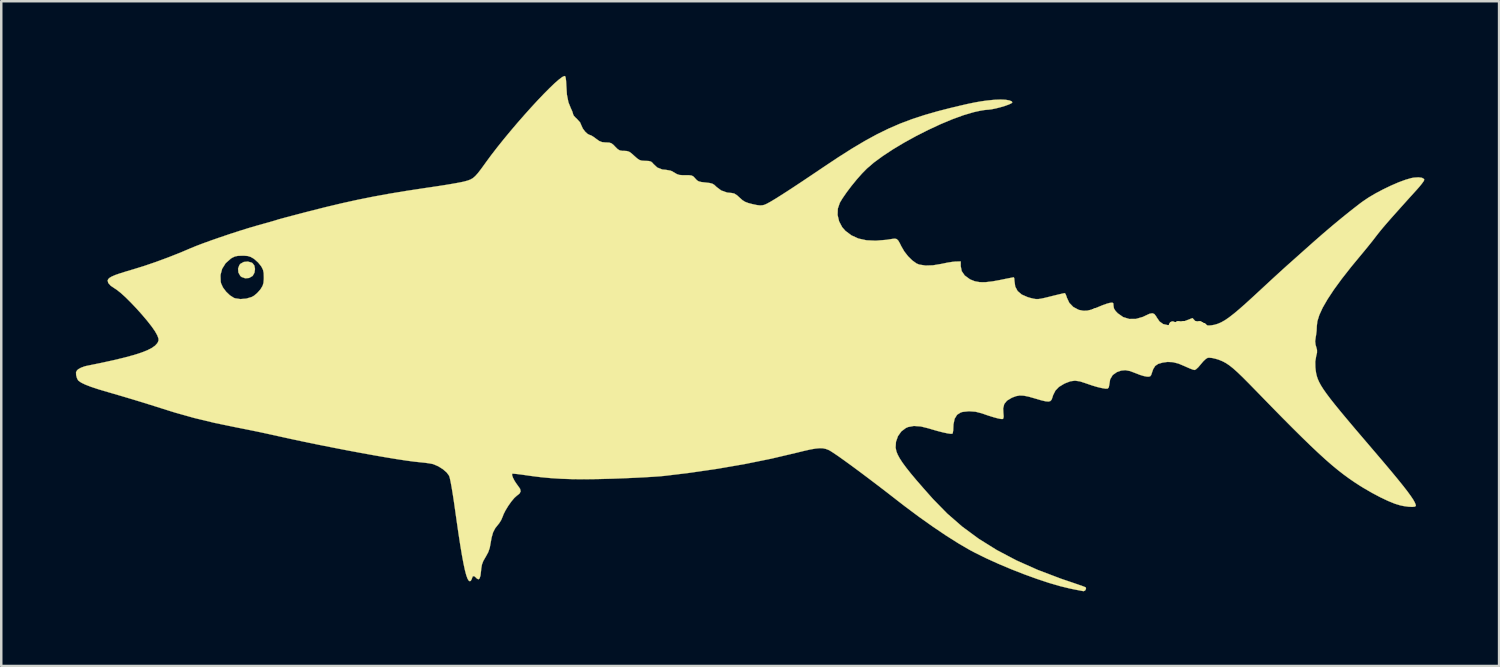
<source format=kicad_pcb>
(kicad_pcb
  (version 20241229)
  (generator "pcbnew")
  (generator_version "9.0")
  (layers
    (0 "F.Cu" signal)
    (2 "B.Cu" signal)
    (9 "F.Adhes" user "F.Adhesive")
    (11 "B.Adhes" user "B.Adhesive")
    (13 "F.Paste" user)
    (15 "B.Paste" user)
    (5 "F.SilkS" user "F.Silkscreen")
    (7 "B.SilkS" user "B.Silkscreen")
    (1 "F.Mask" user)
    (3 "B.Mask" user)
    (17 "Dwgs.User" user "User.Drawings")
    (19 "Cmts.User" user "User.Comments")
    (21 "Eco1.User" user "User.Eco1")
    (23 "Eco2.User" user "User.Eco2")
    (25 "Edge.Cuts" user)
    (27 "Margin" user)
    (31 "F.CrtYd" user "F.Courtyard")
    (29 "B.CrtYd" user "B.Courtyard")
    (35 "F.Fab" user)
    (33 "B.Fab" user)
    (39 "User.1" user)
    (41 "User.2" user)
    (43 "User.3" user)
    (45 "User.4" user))
  (footprint "tuna_fish_back1_L_54.2x27.1mm"
    (layer "F.Cu")
    (at 27.088 10.336)
    (property "Reference" "tuna_fish_back1_L_54.2x27.1mm" (at 0 0 0) (layer "F.SilkS") (effects (font (size 1.524 1.524) (thickness 0.3))))
    (attr through_hole)
    (fp_poly (pts (xy -20.026 -2.834) (xy -19.991 -2.813) (xy -19.917 -2.715) (xy -19.891 -2.578) (xy -19.912 -2.432) (xy -19.979 -2.309) (xy -19.995 -2.293) (xy -20.131 -2.216) (xy -20.286 -2.204) (xy -20.43 -2.255) (xy -20.482 -2.299) (xy -20.559 -2.436) (xy -20.572 -2.591) (xy -20.52 -2.734) (xy -20.476 -2.787) (xy -20.342 -2.86) (xy -20.18 -2.876) (xy -20.026 -2.834)) (stroke (width 0.01) (type solid)) (fill yes) (layer "F.SilkS"))
    (fp_poly (pts (xy -7.43 -10.325) (xy -7.409 -10.265) (xy -7.392 -10.143) (xy -7.383 -9.986) (xy -7.382 -9.956) (xy -7.358 -9.582) (xy -7.297 -9.276) (xy -7.202 -9.04) (xy -7.147 -8.921) (xy -7.115 -8.825) (xy -7.112 -8.801) (xy -7.08 -8.734) (xy -7.001 -8.649) (xy -6.965 -8.619) (xy -6.827 -8.466) (xy -6.774 -8.342) (xy -6.718 -8.22) (xy -6.628 -8.099) (xy -6.526 -8.005) (xy -6.433 -7.959) (xy -6.421 -7.958) (xy -6.362 -7.933) (xy -6.264 -7.87) (xy -6.185 -7.81) (xy -6.057 -7.719) (xy -5.945 -7.675) (xy -5.808 -7.662) (xy -5.787 -7.662) (xy -5.656 -7.656) (xy -5.565 -7.626) (xy -5.477 -7.555) (xy -5.419 -7.493) (xy -5.317 -7.392) (xy -5.231 -7.342) (xy -5.126 -7.325) (xy -5.064 -7.324) (xy -4.949 -7.317) (xy -4.859 -7.29) (xy -4.766 -7.226) (xy -4.652 -7.124) (xy -4.532 -7.018) (xy -4.442 -6.958) (xy -4.351 -6.931) (xy -4.228 -6.923) (xy -4.205 -6.923) (xy -4.063 -6.916) (xy -3.976 -6.891) (xy -3.913 -6.838) (xy -3.886 -6.803) (xy -3.728 -6.655) (xy -3.524 -6.575) (xy -3.38 -6.562) (xy -3.183 -6.527) (xy -3.041 -6.451) (xy -2.937 -6.389) (xy -2.833 -6.356) (xy -2.696 -6.345) (xy -2.597 -6.345) (xy -2.443 -6.345) (xy -2.346 -6.332) (xy -2.279 -6.298) (xy -2.216 -6.233) (xy -2.2 -6.214) (xy -2.131 -6.141) (xy -2.058 -6.097) (xy -1.953 -6.071) (xy -1.791 -6.052) (xy -1.788 -6.052) (xy -1.624 -6.033) (xy -1.516 -6.006) (xy -1.435 -5.958) (xy -1.352 -5.88) (xy -1.347 -5.874) (xy -1.157 -5.732) (xy -0.92 -5.649) (xy -0.737 -5.631) (xy -0.634 -5.61) (xy -0.522 -5.539) (xy -0.42 -5.446) (xy -0.306 -5.344) (xy -0.198 -5.276) (xy -0.062 -5.225) (xy 0.093 -5.185) (xy 0.276 -5.146) (xy 0.406 -5.131) (xy 0.51 -5.139) (xy 0.58 -5.157) (xy 0.675 -5.199) (xy 0.83 -5.284) (xy 1.046 -5.414) (xy 1.324 -5.59) (xy 1.666 -5.811) (xy 2.073 -6.08) (xy 2.546 -6.397) (xy 2.953 -6.671) (xy 3.553 -7.07) (xy 4.101 -7.418) (xy 4.612 -7.722) (xy 5.095 -7.986) (xy 5.565 -8.216) (xy 6.033 -8.419) (xy 6.511 -8.599) (xy 7.011 -8.763) (xy 7.547 -8.917) (xy 8.038 -9.043) (xy 8.43 -9.137) (xy 8.756 -9.212) (xy 9.033 -9.269) (xy 9.278 -9.312) (xy 9.506 -9.344) (xy 9.733 -9.368) (xy 9.848 -9.378) (xy 10.073 -9.386) (xy 10.269 -9.377) (xy 10.422 -9.351) (xy 10.517 -9.312) (xy 10.541 -9.273) (xy 10.503 -9.235) (xy 10.4 -9.187) (xy 10.251 -9.133) (xy 10.074 -9.08) (xy 9.889 -9.032) (xy 9.714 -8.996) (xy 9.568 -8.977) (xy 9.522 -8.975) (xy 9.412 -8.964) (xy 9.248 -8.936) (xy 9.058 -8.895) (xy 8.97 -8.874) (xy 8.565 -8.754) (xy 8.12 -8.591) (xy 7.645 -8.392) (xy 7.157 -8.164) (xy 6.667 -7.916) (xy 6.191 -7.654) (xy 5.742 -7.385) (xy 5.334 -7.116) (xy 4.979 -6.856) (xy 4.699 -6.616) (xy 4.501 -6.415) (xy 4.287 -6.173) (xy 4.074 -5.912) (xy 3.877 -5.651) (xy 3.712 -5.411) (xy 3.609 -5.239) (xy 3.528 -5.002) (xy 3.519 -4.747) (xy 3.579 -4.493) (xy 3.702 -4.259) (xy 3.834 -4.108) (xy 4.078 -3.927) (xy 4.356 -3.801) (xy 4.678 -3.731) (xy 5.05 -3.714) (xy 5.479 -3.749) (xy 5.715 -3.786) (xy 5.819 -3.797) (xy 5.894 -3.78) (xy 5.957 -3.719) (xy 6.024 -3.602) (xy 6.076 -3.495) (xy 6.197 -3.286) (xy 6.351 -3.088) (xy 6.521 -2.921) (xy 6.688 -2.801) (xy 6.795 -2.756) (xy 7.05 -2.716) (xy 7.349 -2.725) (xy 7.703 -2.784) (xy 7.747 -2.794) (xy 7.937 -2.833) (xy 8.12 -2.862) (xy 8.262 -2.877) (xy 8.287 -2.878) (xy 8.467 -2.879) (xy 8.467 -2.691) (xy 8.507 -2.49) (xy 8.627 -2.317) (xy 8.826 -2.171) (xy 8.861 -2.152) (xy 9.035 -2.083) (xy 9.232 -2.048) (xy 9.464 -2.047) (xy 9.748 -2.08) (xy 10.038 -2.133) (xy 10.24 -2.175) (xy 10.412 -2.209) (xy 10.536 -2.233) (xy 10.596 -2.243) (xy 10.599 -2.244) (xy 10.616 -2.206) (xy 10.625 -2.115) (xy 10.626 -2.094) (xy 10.657 -1.87) (xy 10.754 -1.69) (xy 10.92 -1.549) (xy 11.16 -1.445) (xy 11.278 -1.411) (xy 11.393 -1.384) (xy 11.486 -1.369) (xy 11.577 -1.368) (xy 11.685 -1.383) (xy 11.832 -1.414) (xy 12.037 -1.464) (xy 12.083 -1.476) (xy 12.285 -1.526) (xy 12.457 -1.567) (xy 12.582 -1.596) (xy 12.645 -1.608) (xy 12.648 -1.609) (xy 12.678 -1.572) (xy 12.716 -1.478) (xy 12.732 -1.425) (xy 12.828 -1.219) (xy 12.99 -1.051) (xy 13.197 -0.941) (xy 13.233 -0.93) (xy 13.389 -0.9) (xy 13.543 -0.903) (xy 13.717 -0.943) (xy 13.934 -1.025) (xy 14.012 -1.058) (xy 14.18 -1.127) (xy 14.337 -1.182) (xy 14.453 -1.214) (xy 14.461 -1.215) (xy 14.558 -1.226) (xy 14.597 -1.199) (xy 14.605 -1.114) (xy 14.605 -1.1) (xy 14.623 -0.994) (xy 14.687 -0.891) (xy 14.774 -0.799) (xy 14.993 -0.645) (xy 15.24 -0.569) (xy 15.506 -0.571) (xy 15.786 -0.652) (xy 15.884 -0.699) (xy 16.049 -0.776) (xy 16.165 -0.799) (xy 16.248 -0.767) (xy 16.318 -0.677) (xy 16.34 -0.636) (xy 16.455 -0.469) (xy 16.601 -0.364) (xy 16.785 -0.322) (xy 17.013 -0.341) (xy 17.294 -0.419) (xy 17.41 -0.461) (xy 17.78 -0.605) (xy 17.881 -0.496) (xy 18.026 -0.393) (xy 18.222 -0.327) (xy 18.439 -0.306) (xy 18.538 -0.313) (xy 18.67 -0.337) (xy 18.799 -0.376) (xy 18.933 -0.434) (xy 19.079 -0.516) (xy 19.243 -0.628) (xy 19.433 -0.775) (xy 19.657 -0.962) (xy 19.92 -1.194) (xy 20.23 -1.477) (xy 20.532 -1.756) (xy 20.761 -1.968) (xy 20.99 -2.18) (xy 21.204 -2.376) (xy 21.389 -2.545) (xy 21.533 -2.675) (xy 21.577 -2.715) (xy 21.699 -2.823) (xy 21.87 -2.975) (xy 22.076 -3.159) (xy 22.304 -3.362) (xy 22.539 -3.571) (xy 22.635 -3.657) (xy 23.011 -3.986) (xy 23.404 -4.321) (xy 23.798 -4.647) (xy 24.173 -4.948) (xy 24.511 -5.21) (xy 24.611 -5.284) (xy 24.85 -5.446) (xy 25.132 -5.613) (xy 25.438 -5.775) (xy 25.752 -5.926) (xy 26.056 -6.058) (xy 26.335 -6.161) (xy 26.569 -6.229) (xy 26.672 -6.248) (xy 26.86 -6.26) (xy 27 -6.242) (xy 27.08 -6.196) (xy 27.093 -6.159) (xy 27.066 -6.102) (xy 26.993 -6.001) (xy 26.887 -5.871) (xy 26.808 -5.781) (xy 26.469 -5.407) (xy 26.183 -5.089) (xy 25.943 -4.821) (xy 25.743 -4.596) (xy 25.579 -4.408) (xy 25.443 -4.25) (xy 25.332 -4.116) (xy 25.24 -4.001) (xy 25.174 -3.916) (xy 25.034 -3.734) (xy 24.863 -3.52) (xy 24.69 -3.308) (xy 24.597 -3.196) (xy 24.154 -2.661) (xy 23.776 -2.179) (xy 23.46 -1.746) (xy 23.206 -1.361) (xy 23.011 -1.023) (xy 22.876 -0.728) (xy 22.797 -0.475) (xy 22.775 -0.283) (xy 22.767 -0.101) (xy 22.744 0.088) (xy 22.731 0.161) (xy 22.708 0.327) (xy 22.725 0.469) (xy 22.748 0.545) (xy 22.783 0.674) (xy 22.783 0.784) (xy 22.751 0.915) (xy 22.713 1.143) (xy 22.717 1.369) (xy 22.73 1.494) (xy 22.748 1.612) (xy 22.775 1.726) (xy 22.814 1.843) (xy 22.869 1.967) (xy 22.943 2.103) (xy 23.041 2.258) (xy 23.165 2.434) (xy 23.319 2.639) (xy 23.507 2.877) (xy 23.733 3.154) (xy 24 3.474) (xy 24.311 3.843) (xy 24.671 4.265) (xy 25.06 4.72) (xy 25.433 5.157) (xy 25.752 5.536) (xy 26.02 5.86) (xy 26.241 6.134) (xy 26.418 6.362) (xy 26.554 6.549) (xy 26.653 6.697) (xy 26.716 6.812) (xy 26.749 6.898) (xy 26.755 6.941) (xy 26.716 6.972) (xy 26.611 6.983) (xy 26.456 6.975) (xy 26.267 6.949) (xy 26.127 6.92) (xy 25.91 6.854) (xy 25.639 6.743) (xy 25.328 6.596) (xy 24.994 6.419) (xy 24.649 6.219) (xy 24.517 6.138) (xy 24.293 5.993) (xy 24.072 5.841) (xy 23.849 5.678) (xy 23.618 5.498) (xy 23.376 5.298) (xy 23.117 5.072) (xy 22.837 4.816) (xy 22.529 4.526) (xy 22.19 4.197) (xy 21.813 3.824) (xy 21.395 3.404) (xy 20.931 2.931) (xy 20.414 2.4) (xy 20.339 2.323) (xy 20.043 2.02) (xy 19.797 1.773) (xy 19.59 1.574) (xy 19.415 1.418) (xy 19.263 1.297) (xy 19.126 1.205) (xy 18.996 1.135) (xy 18.863 1.08) (xy 18.719 1.033) (xy 18.719 1.033) (xy 18.573 0.999) (xy 18.445 0.987) (xy 18.392 0.992) (xy 18.315 1.037) (xy 18.213 1.133) (xy 18.115 1.249) (xy 18.013 1.37) (xy 17.922 1.453) (xy 17.863 1.482) (xy 17.79 1.464) (xy 17.666 1.417) (xy 17.515 1.351) (xy 17.481 1.335) (xy 17.217 1.224) (xy 16.989 1.166) (xy 16.773 1.157) (xy 16.583 1.183) (xy 16.401 1.236) (xy 16.281 1.318) (xy 16.2 1.447) (xy 16.157 1.571) (xy 16.119 1.684) (xy 16.077 1.737) (xy 16.007 1.75) (xy 15.945 1.747) (xy 15.827 1.725) (xy 15.668 1.677) (xy 15.5 1.611) (xy 15.497 1.61) (xy 15.27 1.524) (xy 15.084 1.489) (xy 14.914 1.505) (xy 14.741 1.566) (xy 14.574 1.684) (xy 14.471 1.856) (xy 14.436 2.074) (xy 14.436 2.074) (xy 14.416 2.179) (xy 14.372 2.228) (xy 14.288 2.232) (xy 14.144 2.209) (xy 13.956 2.165) (xy 13.744 2.102) (xy 13.525 2.027) (xy 13.492 2.015) (xy 13.255 1.938) (xy 13.058 1.911) (xy 12.873 1.935) (xy 12.673 2.011) (xy 12.618 2.037) (xy 12.412 2.162) (xy 12.272 2.308) (xy 12.177 2.497) (xy 12.148 2.593) (xy 12.116 2.677) (xy 12.069 2.729) (xy 11.992 2.749) (xy 11.875 2.739) (xy 11.704 2.699) (xy 11.466 2.629) (xy 11.451 2.625) (xy 11.196 2.552) (xy 10.999 2.513) (xy 10.837 2.506) (xy 10.69 2.532) (xy 10.537 2.589) (xy 10.512 2.601) (xy 10.326 2.713) (xy 10.216 2.848) (xy 10.172 3.023) (xy 10.18 3.202) (xy 10.192 3.346) (xy 10.18 3.424) (xy 10.152 3.451) (xy 10.08 3.449) (xy 9.945 3.422) (xy 9.761 3.371) (xy 9.544 3.303) (xy 9.313 3.222) (xy 9.062 3.158) (xy 8.796 3.139) (xy 8.549 3.165) (xy 8.467 3.188) (xy 8.32 3.281) (xy 8.222 3.441) (xy 8.175 3.666) (xy 8.17 3.776) (xy 8.164 3.911) (xy 8.147 4.009) (xy 8.13 4.042) (xy 8.065 4.046) (xy 7.934 4.027) (xy 7.752 3.988) (xy 7.534 3.932) (xy 7.293 3.863) (xy 7.184 3.829) (xy 6.86 3.749) (xy 6.586 3.73) (xy 6.356 3.772) (xy 6.264 3.811) (xy 6.08 3.949) (xy 5.944 4.141) (xy 5.865 4.365) (xy 5.85 4.6) (xy 5.882 4.754) (xy 5.934 4.883) (xy 6.013 5.03) (xy 6.124 5.201) (xy 6.272 5.402) (xy 6.46 5.639) (xy 6.693 5.917) (xy 6.977 6.243) (xy 7.314 6.623) (xy 7.357 6.671) (xy 7.919 7.246) (xy 8.529 7.777) (xy 9.193 8.266) (xy 9.917 8.717) (xy 10.704 9.132) (xy 11.561 9.514) (xy 12.492 9.867) (xy 12.798 9.971) (xy 13.022 10.047) (xy 13.217 10.114) (xy 13.37 10.168) (xy 13.465 10.205) (xy 13.491 10.218) (xy 13.501 10.275) (xy 13.466 10.34) (xy 13.41 10.369) (xy 13.35 10.36) (xy 13.224 10.336) (xy 13.053 10.303) (xy 12.853 10.262) (xy 12.849 10.261) (xy 12.458 10.166) (xy 12.009 10.035) (xy 11.521 9.873) (xy 11.008 9.687) (xy 10.488 9.483) (xy 9.976 9.267) (xy 9.489 9.046) (xy 9.043 8.826) (xy 8.826 8.711) (xy 8.378 8.45) (xy 7.882 8.137) (xy 7.351 7.779) (xy 6.795 7.385) (xy 6.226 6.961) (xy 5.927 6.73) (xy 5.523 6.416) (xy 5.129 6.114) (xy 4.753 5.829) (xy 4.4 5.564) (xy 4.078 5.326) (xy 3.791 5.118) (xy 3.548 4.945) (xy 3.353 4.813) (xy 3.215 4.725) (xy 3.158 4.695) (xy 3.047 4.653) (xy 2.931 4.628) (xy 2.797 4.623) (xy 2.632 4.639) (xy 2.423 4.675) (xy 2.157 4.735) (xy 1.851 4.81) (xy 0.848 5.046) (xy -0.219 5.262) (xy -1.331 5.454) (xy -2.471 5.619) (xy -3.45 5.737) (xy -3.64 5.754) (xy -3.899 5.772) (xy -4.211 5.791) (xy -4.562 5.809) (xy -4.934 5.826) (xy -5.312 5.841) (xy -5.503 5.848) (xy -6.114 5.864) (xy -6.655 5.871) (xy -7.141 5.867) (xy -7.585 5.852) (xy -8.002 5.826) (xy -8.406 5.788) (xy -8.811 5.737) (xy -8.971 5.714) (xy -9.18 5.684) (xy -9.357 5.662) (xy -9.487 5.649) (xy -9.553 5.647) (xy -9.558 5.649) (xy -9.562 5.707) (xy -9.525 5.812) (xy -9.458 5.942) (xy -9.369 6.075) (xy -9.333 6.122) (xy -9.239 6.257) (xy -9.217 6.361) (xy -9.266 6.451) (xy -9.372 6.534) (xy -9.472 6.624) (xy -9.592 6.768) (xy -9.715 6.941) (xy -9.825 7.122) (xy -9.907 7.285) (xy -9.932 7.355) (xy -9.996 7.506) (xy -10.083 7.646) (xy -10.114 7.682) (xy -10.237 7.836) (xy -10.325 8.006) (xy -10.385 8.218) (xy -10.419 8.411) (xy -10.459 8.628) (xy -10.519 8.802) (xy -10.614 8.977) (xy -10.626 8.996) (xy -10.72 9.16) (xy -10.773 9.303) (xy -10.801 9.467) (xy -10.807 9.539) (xy -10.83 9.738) (xy -10.866 9.855) (xy -10.916 9.894) (xy -10.982 9.857) (xy -11.011 9.825) (xy -11.088 9.761) (xy -11.145 9.778) (xy -11.182 9.879) (xy -11.183 9.885) (xy -11.222 9.954) (xy -11.261 9.97) (xy -11.306 9.943) (xy -11.353 9.863) (xy -11.403 9.724) (xy -11.456 9.524) (xy -11.513 9.259) (xy -11.575 8.925) (xy -11.643 8.519) (xy -11.717 8.037) (xy -11.798 7.476) (xy -11.833 7.228) (xy -11.889 6.832) (xy -11.942 6.485) (xy -11.99 6.194) (xy -12.032 5.966) (xy -12.067 5.808) (xy -12.091 5.732) (xy -12.187 5.601) (xy -12.339 5.469) (xy -12.523 5.353) (xy -12.712 5.271) (xy -12.764 5.256) (xy -12.893 5.232) (xy -13.068 5.208) (xy -13.251 5.189) (xy -13.497 5.163) (xy -13.817 5.12) (xy -14.2 5.062) (xy -14.638 4.99) (xy -15.121 4.906) (xy -15.64 4.812) (xy -16.185 4.71) (xy -16.747 4.601) (xy -17.318 4.488) (xy -17.887 4.371) (xy -18.445 4.252) (xy -18.983 4.134) (xy -19.177 4.091) (xy -19.448 4.031) (xy -19.771 3.962) (xy -20.115 3.892) (xy -20.449 3.825) (xy -20.637 3.788) (xy -21.509 3.608) (xy -22.337 3.408) (xy -23.105 3.192) (xy -23.347 3.117) (xy -23.894 2.944) (xy -24.382 2.791) (xy -24.832 2.654) (xy -25.265 2.525) (xy -25.703 2.397) (xy -25.8 2.369) (xy -26.179 2.257) (xy -26.481 2.157) (xy -26.711 2.068) (xy -26.876 1.988) (xy -26.98 1.915) (xy -27.003 1.891) (xy -27.046 1.807) (xy -27.078 1.689) (xy -27.079 1.683) (xy -27.083 1.57) (xy -27.04 1.492) (xy -26.989 1.448) (xy -26.88 1.388) (xy -26.732 1.334) (xy -26.657 1.316) (xy -26.069 1.196) (xy -25.561 1.085) (xy -25.128 0.98) (xy -24.764 0.881) (xy -24.464 0.785) (xy -24.225 0.692) (xy -24.041 0.598) (xy -23.907 0.504) (xy -23.819 0.407) (xy -23.798 0.372) (xy -23.767 0.295) (xy -23.77 0.217) (xy -23.812 0.104) (xy -23.823 0.079) (xy -23.909 -0.075) (xy -24.047 -0.272) (xy -24.225 -0.499) (xy -24.431 -0.742) (xy -24.652 -0.989) (xy -24.877 -1.226) (xy -25.093 -1.441) (xy -25.29 -1.619) (xy -25.455 -1.748) (xy -25.518 -1.789) (xy -25.689 -1.904) (xy -25.789 -2.016) (xy -25.813 -2.117) (xy -25.785 -2.175) (xy -25.731 -2.225) (xy -25.645 -2.275) (xy -25.517 -2.33) (xy -25.511 -2.333) (xy -21.279 -2.333) (xy -21.269 -2.065) (xy -21.253 -1.996) (xy -21.178 -1.833) (xy -21.052 -1.665) (xy -20.899 -1.519) (xy -20.742 -1.419) (xy -20.694 -1.4) (xy -20.48 -1.368) (xy -20.246 -1.386) (xy -20.031 -1.449) (xy -19.935 -1.501) (xy -19.807 -1.607) (xy -19.686 -1.742) (xy -19.654 -1.786) (xy -19.586 -1.903) (xy -19.551 -2.017) (xy -19.538 -2.165) (xy -19.537 -2.244) (xy -19.543 -2.416) (xy -19.568 -2.539) (xy -19.622 -2.651) (xy -19.654 -2.701) (xy -19.766 -2.838) (xy -19.905 -2.964) (xy -19.947 -2.995) (xy -20.064 -3.062) (xy -20.178 -3.098) (xy -20.326 -3.111) (xy -20.405 -3.111) (xy -20.577 -3.105) (xy -20.7 -3.08) (xy -20.812 -3.027) (xy -20.862 -2.995) (xy -21.071 -2.81) (xy -21.212 -2.585) (xy -21.279 -2.333) (xy -25.511 -2.333) (xy -25.338 -2.394) (xy -25.096 -2.47) (xy -24.787 -2.562) (xy -24.35 -2.697) (xy -23.867 -2.862) (xy -23.369 -3.046) (xy -22.883 -3.238) (xy -22.496 -3.403) (xy -22.275 -3.494) (xy -21.989 -3.603) (xy -21.655 -3.724) (xy -21.29 -3.851) (xy -20.909 -3.98) (xy -20.53 -4.103) (xy -20.168 -4.216) (xy -19.841 -4.312) (xy -19.729 -4.344) (xy -19.499 -4.408) (xy -19.297 -4.464) (xy -19.139 -4.51) (xy -19.038 -4.541) (xy -19.007 -4.551) (xy -18.961 -4.566) (xy -18.843 -4.598) (xy -18.664 -4.647) (xy -18.434 -4.708) (xy -18.163 -4.779) (xy -17.862 -4.858) (xy -17.756 -4.885) (xy -17.058 -5.062) (xy -16.403 -5.218) (xy -15.768 -5.358) (xy -15.135 -5.485) (xy -14.483 -5.604) (xy -13.793 -5.718) (xy -13.043 -5.832) (xy -12.836 -5.862) (xy -12.529 -5.908) (xy -12.229 -5.955) (xy -11.955 -6.001) (xy -11.722 -6.043) (xy -11.546 -6.078) (xy -11.482 -6.093) (xy -11.343 -6.131) (xy -11.232 -6.173) (xy -11.134 -6.23) (xy -11.038 -6.313) (xy -10.932 -6.432) (xy -10.804 -6.598) (xy -10.642 -6.821) (xy -10.616 -6.858) (xy -10.399 -7.153) (xy -10.158 -7.465) (xy -9.899 -7.788) (xy -9.628 -8.116) (xy -9.35 -8.443) (xy -9.07 -8.763) (xy -8.795 -9.07) (xy -8.53 -9.357) (xy -8.281 -9.618) (xy -8.052 -9.848) (xy -7.851 -10.041) (xy -7.681 -10.189) (xy -7.55 -10.288) (xy -7.462 -10.331) (xy -7.43 -10.325)) (stroke (width 0.01) (type solid)) (fill yes) (layer "F.SilkS")))
  (gr_rect
    (start -3 -3)
    (end 57.187 23.71)
    (stroke (width 0.1) (type default))
    (fill no)
    (layer "Edge.Cuts")))
</source>
